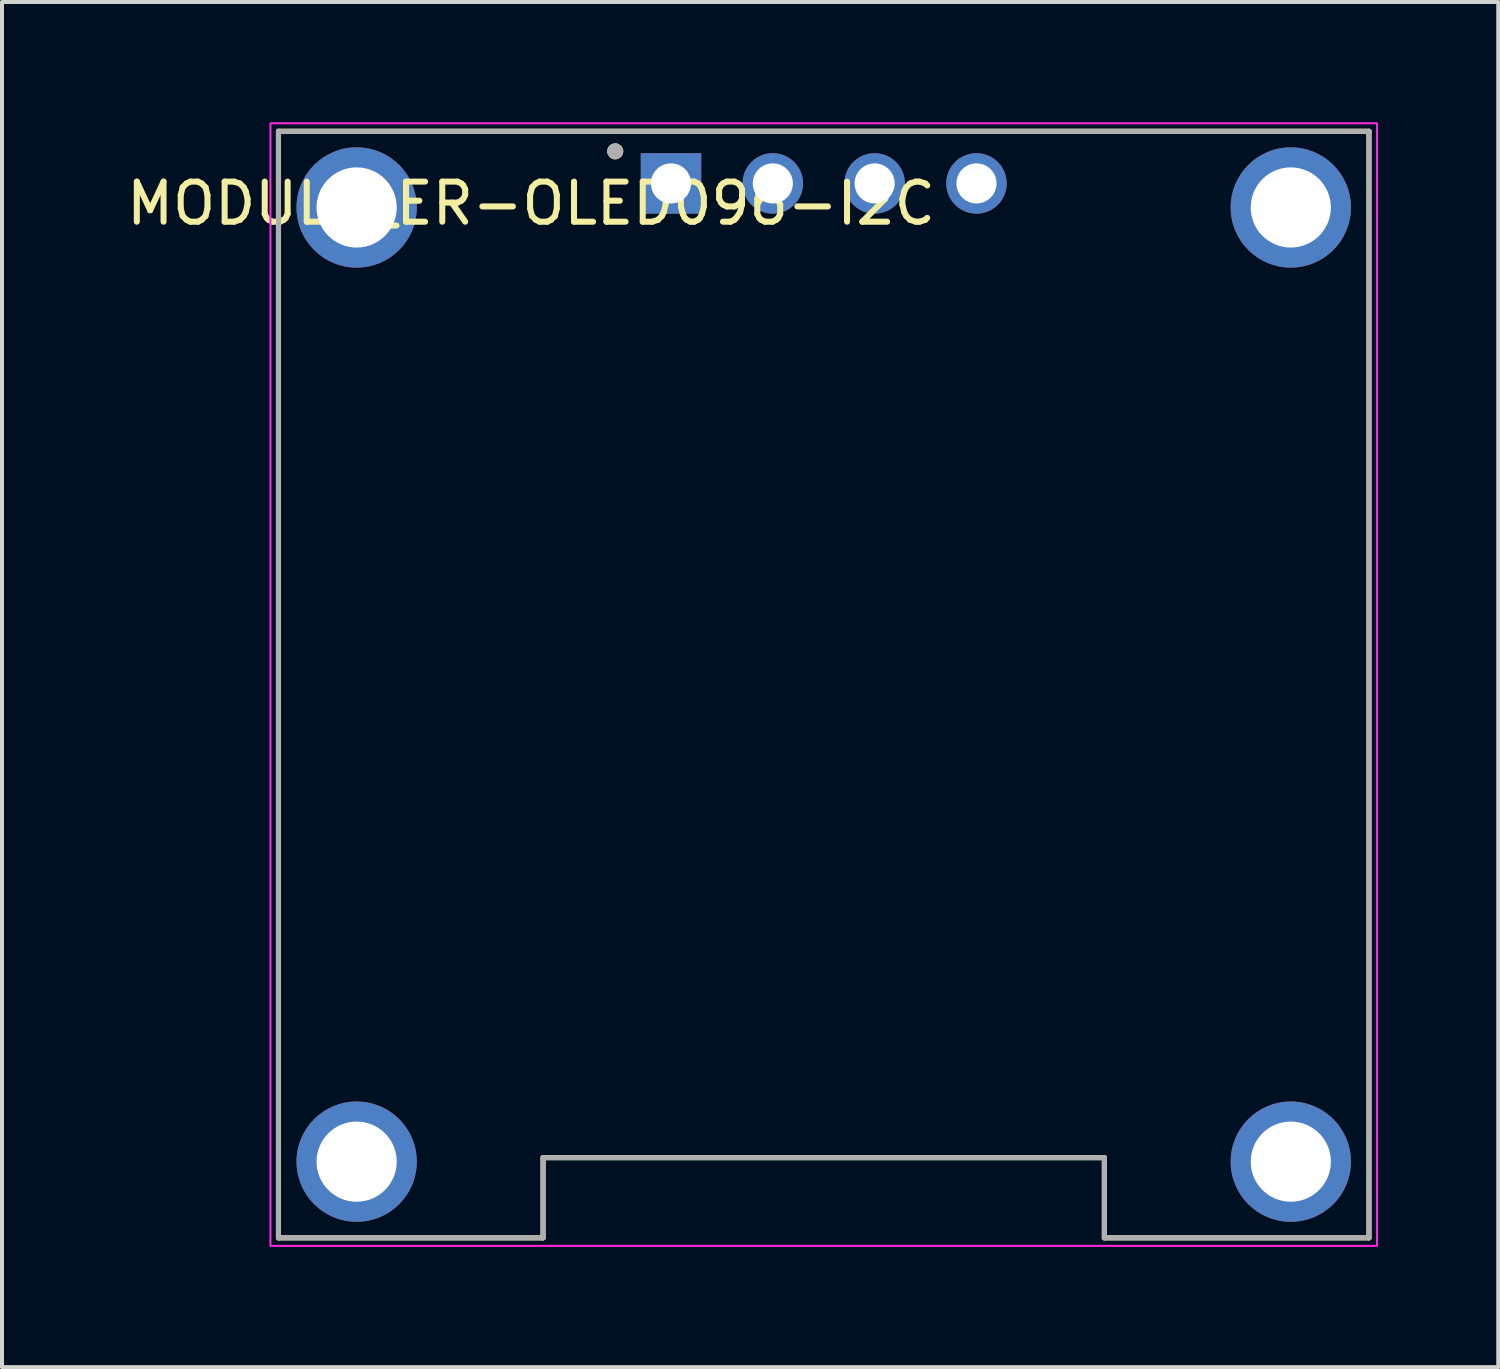
<source format=kicad_pcb>
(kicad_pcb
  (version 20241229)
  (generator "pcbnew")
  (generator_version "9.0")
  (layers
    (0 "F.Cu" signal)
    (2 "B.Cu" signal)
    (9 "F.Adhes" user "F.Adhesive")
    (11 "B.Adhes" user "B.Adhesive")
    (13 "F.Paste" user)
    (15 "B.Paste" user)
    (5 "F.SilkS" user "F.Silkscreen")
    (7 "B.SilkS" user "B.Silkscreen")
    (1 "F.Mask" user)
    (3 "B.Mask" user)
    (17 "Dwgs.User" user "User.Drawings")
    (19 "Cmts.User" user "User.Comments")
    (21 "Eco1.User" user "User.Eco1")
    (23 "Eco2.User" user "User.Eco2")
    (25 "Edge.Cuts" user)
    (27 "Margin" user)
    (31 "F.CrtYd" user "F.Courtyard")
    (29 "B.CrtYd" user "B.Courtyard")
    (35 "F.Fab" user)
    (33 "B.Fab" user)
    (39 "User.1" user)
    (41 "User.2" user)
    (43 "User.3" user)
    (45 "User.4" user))
  (footprint "MODULE_ER-OLED096-I2C"
    (layer "F.Cu")
    (at 17.496 14.025)
    (property "Reference" "MODULE_ER-OLED096-I2C" (at -7.3 -12 0) (layer "F.SilkS") (effects (font (size 1 1) (thickness 0.15))))
    (attr through_hole)
    (fp_line (start -13.6 -13.8) (end 13.6 -13.8) (stroke (width 0.127) (type solid)) (layer "F.SilkS"))
    (fp_line (start -13.6 13.8) (end -13.6 -13.8) (stroke (width 0.127) (type solid)) (layer "F.SilkS"))
    (fp_line (start -7 11.8) (end -7 13.8) (stroke (width 0.127) (type solid)) (layer "F.SilkS"))
    (fp_line (start -7 13.8) (end -13.6 13.8) (stroke (width 0.127) (type solid)) (layer "F.SilkS"))
    (fp_line (start 7 11.8) (end -7 11.8) (stroke (width 0.127) (type solid)) (layer "F.SilkS"))
    (fp_line (start 7 13.8) (end 7 11.8) (stroke (width 0.127) (type solid)) (layer "F.SilkS"))
    (fp_line (start 13.6 -13.8) (end 13.6 13.8) (stroke (width 0.127) (type solid)) (layer "F.SilkS"))
    (fp_line (start 13.6 13.8) (end 7 13.8) (stroke (width 0.127) (type solid)) (layer "F.SilkS"))
    (fp_circle (center -5.2 -13.3) (end -5.1 -13.3) (stroke (width 0.2) (type solid)) (fill no) (layer "F.SilkS"))
    (fp_rect (start -13.8 -14) (end 13.8 14) (stroke (width 0.05) (type solid)) (fill no) (layer "F.CrtYd"))
    (fp_line (start -13.6 -13.8) (end 13.6 -13.8) (stroke (width 0.127) (type solid)) (layer "F.Fab"))
    (fp_line (start -13.6 13.8) (end -13.6 -13.8) (stroke (width 0.127) (type solid)) (layer "F.Fab"))
    (fp_line (start -7 11.8) (end 7 11.8) (stroke (width 0.127) (type solid)) (layer "F.Fab"))
    (fp_line (start -7 13.8) (end -13.6 13.8) (stroke (width 0.127) (type solid)) (layer "F.Fab"))
    (fp_line (start -7 13.8) (end -7 11.8) (stroke (width 0.127) (type solid)) (layer "F.Fab"))
    (fp_line (start 7 11.8) (end 7 13.8) (stroke (width 0.127) (type solid)) (layer "F.Fab"))
    (fp_line (start 13.6 -13.8) (end 13.6 13.8) (stroke (width 0.127) (type solid)) (layer "F.Fab"))
    (fp_line (start 13.6 13.8) (end 7 13.8) (stroke (width 0.127) (type solid)) (layer "F.Fab"))
    (fp_circle (center -5.2 -13.3) (end -5.1 -13.3) (stroke (width 0.2) (type solid)) (fill no) (layer "F.Fab"))
    (pad "1" thru_hole rect (at -3.81 -12.5) (size 1.508 1.508) (drill 1) (layers "*.Cu" "*.Mask"))
    (pad "2" thru_hole circle (at -1.27 -12.5) (size 1.508 1.508) (drill 1) (layers "*.Cu" "*.Mask"))
    (pad "3" thru_hole circle (at 1.27 -12.5) (size 1.508 1.508) (drill 1) (layers "*.Cu" "*.Mask"))
    (pad "4" thru_hole circle (at 3.81 -12.5) (size 1.508 1.508) (drill 1) (layers "*.Cu" "*.Mask"))
    (pad "S1" thru_hole circle (at -11.65 -11.9) (size 3 3) (drill 2) (layers "*.Cu" "*.Mask"))
    (pad "S2" thru_hole circle (at 11.65 -11.9) (size 3 3) (drill 2) (layers "*.Cu" "*.Mask"))
    (pad "S3" thru_hole circle (at 11.65 11.9) (size 3 3) (drill 2) (layers "*.Cu" "*.Mask"))
    (pad "S4" thru_hole circle (at -11.65 11.9) (size 3 3) (drill 2) (layers "*.Cu" "*.Mask")))
  (gr_rect
    (start -3 -3)
    (end 34.321 31.05)
    (stroke (width 0.1) (type default))
    (fill no)
    (layer "Edge.Cuts")))
</source>
